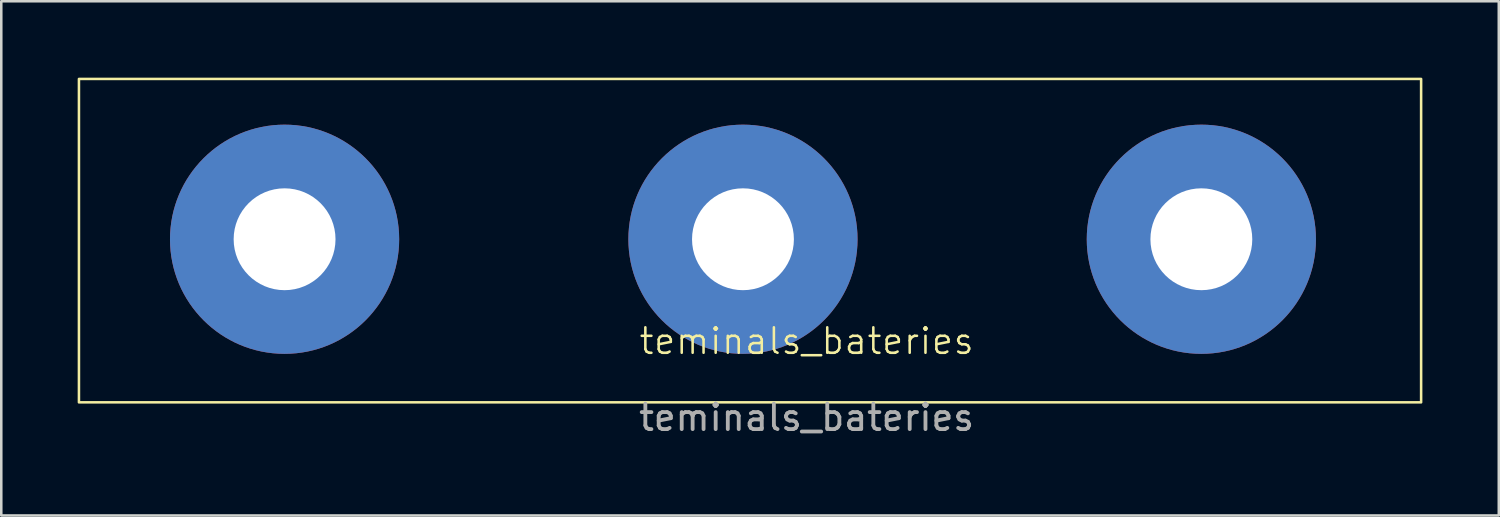
<source format=kicad_pcb>
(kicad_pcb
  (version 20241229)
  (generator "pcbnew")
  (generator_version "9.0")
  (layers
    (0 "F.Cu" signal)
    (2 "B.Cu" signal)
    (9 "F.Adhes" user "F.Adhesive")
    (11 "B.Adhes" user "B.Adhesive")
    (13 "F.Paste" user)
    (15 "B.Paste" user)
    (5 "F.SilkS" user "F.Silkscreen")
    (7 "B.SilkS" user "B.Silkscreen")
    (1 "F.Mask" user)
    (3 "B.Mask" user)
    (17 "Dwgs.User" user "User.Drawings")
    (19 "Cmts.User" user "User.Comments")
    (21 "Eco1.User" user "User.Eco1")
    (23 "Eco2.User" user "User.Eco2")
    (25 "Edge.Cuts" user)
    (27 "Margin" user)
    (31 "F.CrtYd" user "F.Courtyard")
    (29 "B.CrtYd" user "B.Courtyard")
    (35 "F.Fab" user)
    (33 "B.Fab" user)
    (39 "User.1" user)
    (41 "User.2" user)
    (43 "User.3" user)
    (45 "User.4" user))
  (footprint "teminals_bateries"
    (layer "F.Cu")
    (at 28.625 10.845)
    (property "Reference" "teminals_bateries" (at 0 -0.5 0) (unlocked yes) (layer "F.SilkS") (effects (font (size 1 1) (thickness 0.1))))
    (attr smd)
    (fp_rect (start -28.575 -10.795) (end 24.13 1.905) (stroke (width 0.1) (type solid)) (fill no) (layer "F.SilkS"))
    (fp_text user "${REFERENCE}" (at 0 2.5 0) (unlocked yes) (layer "F.Fab") (effects (font (size 1 1) (thickness 0.15))))
    (pad "1" thru_hole circle (at -20.5 -4.5) (size 9 9) (drill 4) (layers "*.Cu" "*.Mask"))
    (pad "2" thru_hole circle (at -2.5 -4.5) (size 9 9) (drill 4) (layers "*.Cu" "*.Mask"))
    (pad "3" thru_hole circle (at 15.5 -4.5) (size 9 9) (drill 4) (layers "*.Cu" "*.Mask")))
  (gr_rect
    (start -3 -3)
    (end 55.805 17.193)
    (stroke (width 0.1) (type default))
    (fill no)
    (layer "Edge.Cuts")))
</source>
